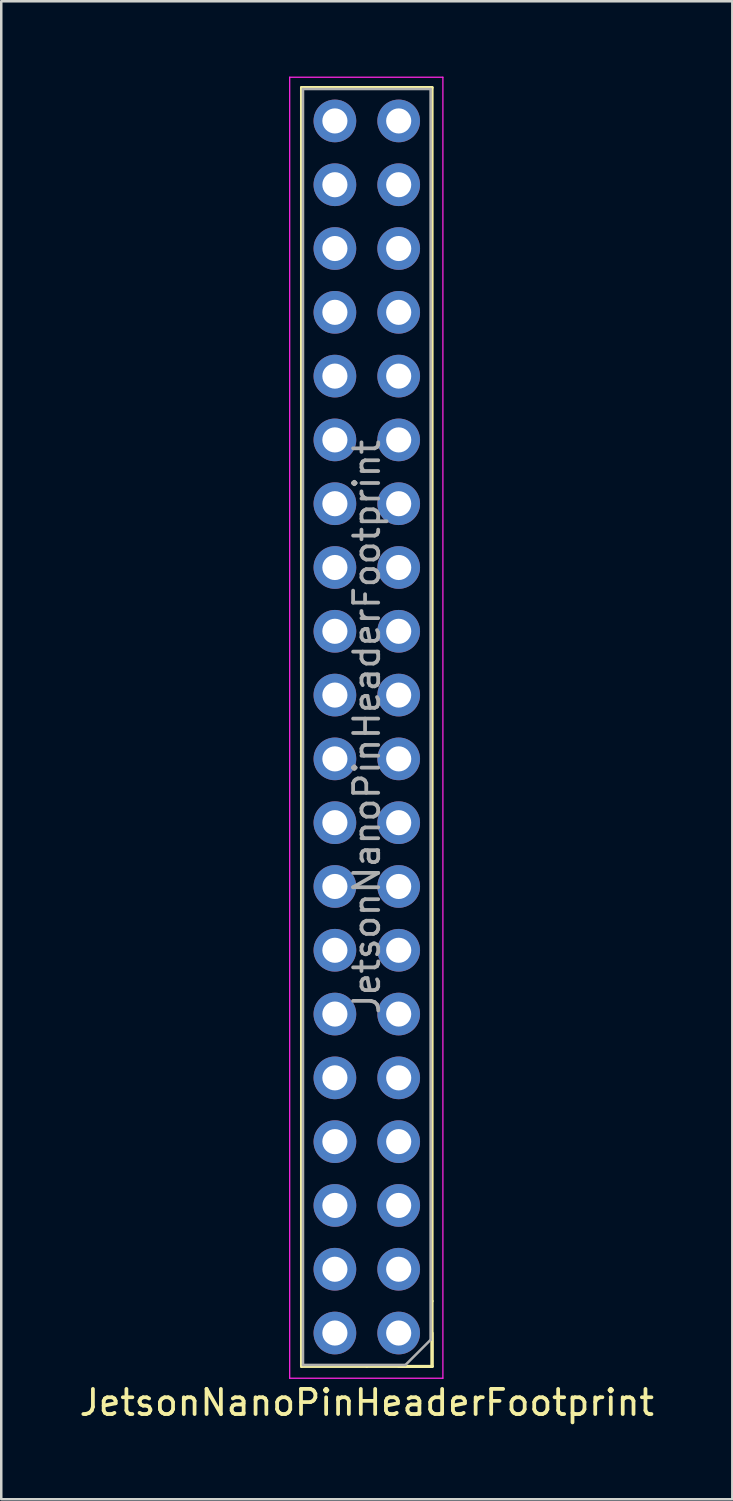
<source format=kicad_pcb>
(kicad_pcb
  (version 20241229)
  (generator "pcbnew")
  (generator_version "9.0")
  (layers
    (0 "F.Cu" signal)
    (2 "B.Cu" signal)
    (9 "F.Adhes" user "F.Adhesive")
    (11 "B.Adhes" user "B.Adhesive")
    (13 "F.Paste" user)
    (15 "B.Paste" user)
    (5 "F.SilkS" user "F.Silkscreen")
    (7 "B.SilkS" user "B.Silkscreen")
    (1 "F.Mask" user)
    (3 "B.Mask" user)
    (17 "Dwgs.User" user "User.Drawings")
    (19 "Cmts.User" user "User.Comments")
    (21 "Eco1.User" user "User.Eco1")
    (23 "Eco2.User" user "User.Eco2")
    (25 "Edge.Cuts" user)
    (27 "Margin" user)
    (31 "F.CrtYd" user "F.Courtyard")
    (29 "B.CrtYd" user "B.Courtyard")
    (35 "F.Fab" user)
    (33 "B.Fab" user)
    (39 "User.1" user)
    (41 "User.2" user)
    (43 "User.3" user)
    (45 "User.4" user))
  (footprint "JetsonNanoPinHeaderFootprint"
    (layer "F.Cu")
    (at 12.824 2.605)
    (property "Reference" "JetsonNanoPinHeaderFootprint" (at -1.27 50.19 0) (layer "F.SilkS") (effects (font (size 1 1) (thickness 0.15))))
    (attr through_hole)
    (fp_line (start -3.87 -2.17) (end 1.33 -2.17) (stroke (width 0.12) (type solid)) (layer "F.SilkS"))
    (fp_line (start -3.87 48.75) (end -3.87 -2.17) (stroke (width 0.12) (type solid)) (layer "F.SilkS"))
    (fp_line (start -3.87 48.75) (end -1.27 48.75) (stroke (width 0.12) (type solid)) (layer "F.SilkS"))
    (fp_line (start -1.27 48.75) (end 1.33 48.75) (stroke (width 0.12) (type solid)) (layer "F.SilkS"))
    (fp_line (start 0 48.75) (end 1.33 48.75) (stroke (width 0.12) (type solid)) (layer "F.SilkS"))
    (fp_line (start 1.33 46.15) (end 1.33 -2.17) (stroke (width 0.12) (type solid)) (layer "F.SilkS"))
    (fp_line (start 1.33 48.75) (end 1.33 46.15) (stroke (width 0.12) (type solid)) (layer "F.SilkS"))
    (fp_line (start 1.33 48.75) (end 1.33 47.42) (stroke (width 0.12) (type solid)) (layer "F.SilkS"))
    (fp_line (start -4.34 -2.58) (end -4.34 49.22) (stroke (width 0.05) (type solid)) (layer "F.CrtYd"))
    (fp_line (start -4.34 49.22) (end 1.76 49.22) (stroke (width 0.05) (type solid)) (layer "F.CrtYd"))
    (fp_line (start 1.76 -2.58) (end -4.34 -2.58) (stroke (width 0.05) (type solid)) (layer "F.CrtYd"))
    (fp_line (start 1.76 49.22) (end 1.76 -2.58) (stroke (width 0.05) (type solid)) (layer "F.CrtYd"))
    (fp_line (start -3.81 -2.11) (end -3.81 48.69) (stroke (width 0.1) (type solid)) (layer "F.Fab"))
    (fp_line (start -3.81 48.69) (end 0.27 48.69) (stroke (width 0.1) (type solid)) (layer "F.Fab"))
    (fp_line (start 0.27 48.69) (end 1.27 47.69) (stroke (width 0.1) (type solid)) (layer "F.Fab"))
    (fp_line (start 1.27 -2.11) (end -3.81 -2.11) (stroke (width 0.1) (type solid)) (layer "F.Fab"))
    (fp_line (start 1.27 47.69) (end 1.27 -2.11) (stroke (width 0.1) (type solid)) (layer "F.Fab"))
    (fp_text user "${REFERENCE}" (at -1.27 23.29 90) (layer "F.Fab") (effects (font (size 1 1) (thickness 0.15))))
    (pad "1" thru_hole oval (at 0 47.42) (size 1.7 1.7) (drill 1) (layers "*.Cu" "*.Mask"))
    (pad "2" thru_hole oval (at -2.54 47.42) (size 1.7 1.7) (drill 1) (layers "*.Cu" "*.Mask"))
    (pad "3" thru_hole oval (at 0 44.88) (size 1.7 1.7) (drill 1) (layers "*.Cu" "*.Mask"))
    (pad "4" thru_hole oval (at -2.54 44.88) (size 1.7 1.7) (drill 1) (layers "*.Cu" "*.Mask"))
    (pad "5" thru_hole oval (at 0 42.34) (size 1.7 1.7) (drill 1) (layers "*.Cu" "*.Mask"))
    (pad "6" thru_hole oval (at -2.54 42.34) (size 1.7 1.7) (drill 1) (layers "*.Cu" "*.Mask"))
    (pad "7" thru_hole oval (at 0 39.8) (size 1.7 1.7) (drill 1) (layers "*.Cu" "*.Mask"))
    (pad "8" thru_hole oval (at -2.54 39.8) (size 1.7 1.7) (drill 1) (layers "*.Cu" "*.Mask"))
    (pad "9" thru_hole oval (at 0 37.26) (size 1.7 1.7) (drill 1) (layers "*.Cu" "*.Mask"))
    (pad "10" thru_hole oval (at -2.54 37.26) (size 1.7 1.7) (drill 1) (layers "*.Cu" "*.Mask"))
    (pad "11" thru_hole oval (at 0 34.72) (size 1.7 1.7) (drill 1) (layers "*.Cu" "*.Mask"))
    (pad "12" thru_hole oval (at -2.54 34.72) (size 1.7 1.7) (drill 1) (layers "*.Cu" "*.Mask"))
    (pad "13" thru_hole oval (at 0 32.18) (size 1.7 1.7) (drill 1) (layers "*.Cu" "*.Mask"))
    (pad "14" thru_hole oval (at -2.54 32.18) (size 1.7 1.7) (drill 1) (layers "*.Cu" "*.Mask"))
    (pad "15" thru_hole oval (at 0 29.64) (size 1.7 1.7) (drill 1) (layers "*.Cu" "*.Mask"))
    (pad "16" thru_hole oval (at -2.54 29.64) (size 1.7 1.7) (drill 1) (layers "*.Cu" "*.Mask"))
    (pad "17" thru_hole oval (at 0 27.1) (size 1.7 1.7) (drill 1) (layers "*.Cu" "*.Mask"))
    (pad "18" thru_hole oval (at -2.54 27.1) (size 1.7 1.7) (drill 1) (layers "*.Cu" "*.Mask"))
    (pad "19" thru_hole oval (at 0 24.56) (size 1.7 1.7) (drill 1) (layers "*.Cu" "*.Mask"))
    (pad "20" thru_hole oval (at -2.54 24.56) (size 1.7 1.7) (drill 1) (layers "*.Cu" "*.Mask"))
    (pad "21" thru_hole oval (at 0 22.02) (size 1.7 1.7) (drill 1) (layers "*.Cu" "*.Mask"))
    (pad "22" thru_hole oval (at -2.54 22.02) (size 1.7 1.7) (drill 1) (layers "*.Cu" "*.Mask"))
    (pad "23" thru_hole oval (at 0 19.48) (size 1.7 1.7) (drill 1) (layers "*.Cu" "*.Mask"))
    (pad "24" thru_hole oval (at -2.54 19.48) (size 1.7 1.7) (drill 1) (layers "*.Cu" "*.Mask"))
    (pad "25" thru_hole oval (at 0 16.94) (size 1.7 1.7) (drill 1) (layers "*.Cu" "*.Mask"))
    (pad "26" thru_hole oval (at -2.54 16.94) (size 1.7 1.7) (drill 1) (layers "*.Cu" "*.Mask"))
    (pad "27" thru_hole oval (at 0 14.4) (size 1.7 1.7) (drill 1) (layers "*.Cu" "*.Mask"))
    (pad "28" thru_hole oval (at -2.54 14.4) (size 1.7 1.7) (drill 1) (layers "*.Cu" "*.Mask"))
    (pad "29" thru_hole oval (at 0 11.86) (size 1.7 1.7) (drill 1) (layers "*.Cu" "*.Mask"))
    (pad "30" thru_hole oval (at -2.54 11.86) (size 1.7 1.7) (drill 1) (layers "*.Cu" "*.Mask"))
    (pad "31" thru_hole oval (at 0 9.32) (size 1.7 1.7) (drill 1) (layers "*.Cu" "*.Mask"))
    (pad "32" thru_hole oval (at -2.54 9.32) (size 1.7 1.7) (drill 1) (layers "*.Cu" "*.Mask"))
    (pad "33" thru_hole oval (at 0 6.78) (size 1.7 1.7) (drill 1) (layers "*.Cu" "*.Mask"))
    (pad "34" thru_hole oval (at -2.54 6.78) (size 1.7 1.7) (drill 1) (layers "*.Cu" "*.Mask"))
    (pad "35" thru_hole oval (at 0 4.24) (size 1.7 1.7) (drill 1) (layers "*.Cu" "*.Mask"))
    (pad "36" thru_hole oval (at -2.54 4.24) (size 1.7 1.7) (drill 1) (layers "*.Cu" "*.Mask"))
    (pad "37" thru_hole oval (at 0 1.7) (size 1.7 1.7) (drill 1) (layers "*.Cu" "*.Mask"))
    (pad "38" thru_hole oval (at -2.54 1.7) (size 1.7 1.7) (drill 1) (layers "*.Cu" "*.Mask"))
    (pad "39" thru_hole oval (at 0 -0.84) (size 1.7 1.7) (drill 1) (layers "*.Cu" "*.Mask"))
    (pad "40" thru_hole oval (at -2.54 -0.84) (size 1.7 1.7) (drill 1) (layers "*.Cu" "*.Mask")))
  (gr_rect
    (start -3 -3)
    (end 26.107 56.643)
    (stroke (width 0.1) (type default))
    (fill no)
    (layer "Edge.Cuts")))
</source>
